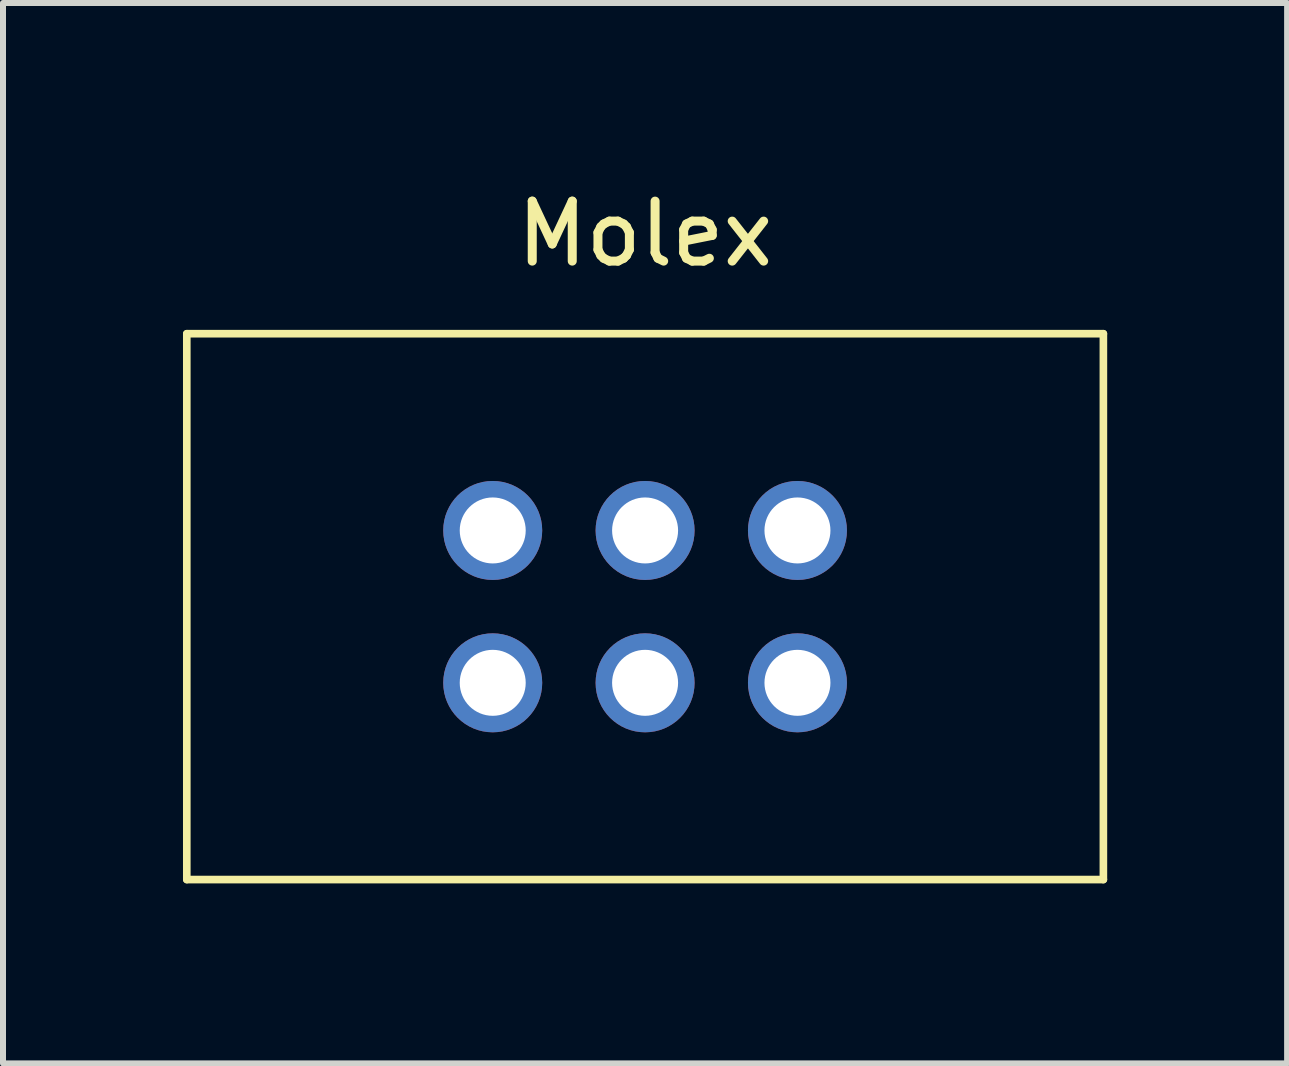
<source format=kicad_pcb>
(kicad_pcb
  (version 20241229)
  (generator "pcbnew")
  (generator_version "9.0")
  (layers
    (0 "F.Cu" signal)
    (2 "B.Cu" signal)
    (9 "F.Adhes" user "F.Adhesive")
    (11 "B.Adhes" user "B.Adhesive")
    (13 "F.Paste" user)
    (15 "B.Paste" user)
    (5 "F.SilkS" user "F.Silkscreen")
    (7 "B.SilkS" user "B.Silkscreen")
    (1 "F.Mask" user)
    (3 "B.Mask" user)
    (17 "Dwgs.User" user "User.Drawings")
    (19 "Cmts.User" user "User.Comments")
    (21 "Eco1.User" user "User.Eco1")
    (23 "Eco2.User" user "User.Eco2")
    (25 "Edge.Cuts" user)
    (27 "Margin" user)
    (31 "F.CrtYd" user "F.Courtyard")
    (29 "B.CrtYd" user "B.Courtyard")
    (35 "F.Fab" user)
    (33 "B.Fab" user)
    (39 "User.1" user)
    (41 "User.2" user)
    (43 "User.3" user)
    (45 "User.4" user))
  (footprint "Molex"
    (layer "F.Cu")
    (at 7.704 7.063)
    (property "Reference" "Molex" (at 0 -6.215 0) (layer "F.SilkS") (effects (font (size 1 1) (thickness 0.15))))
    (attr through_hole)
    (fp_line (start -7.64 -4.55) (end 7.64 -4.55) (stroke (width 0.127) (type solid)) (layer "F.SilkS"))
    (fp_line (start -7.64 4.55) (end -7.64 -4.55) (stroke (width 0.127) (type solid)) (layer "F.SilkS"))
    (fp_line (start 7.64 -4.55) (end 7.64 4.55) (stroke (width 0.127) (type solid)) (layer "F.SilkS"))
    (fp_line (start 7.64 4.55) (end -7.64 4.55) (stroke (width 0.127) (type solid)) (layer "F.SilkS"))
    (pad "1" thru_hole circle (at -2.54 1.27) (size 1.65 1.65) (drill 1.1) (layers "*.Cu" "*.Mask"))
    (pad "2" thru_hole circle (at -2.54 -1.27) (size 1.65 1.65) (drill 1.1) (layers "*.Cu" "*.Mask"))
    (pad "3" thru_hole circle (at 0 1.27) (size 1.65 1.65) (drill 1.1) (layers "*.Cu" "*.Mask"))
    (pad "4" thru_hole circle (at 0 -1.27) (size 1.65 1.65) (drill 1.1) (layers "*.Cu" "*.Mask"))
    (pad "5" thru_hole circle (at 2.54 1.27) (size 1.65 1.65) (drill 1.1) (layers "*.Cu" "*.Mask"))
    (pad "6" thru_hole circle (at 2.54 -1.27) (size 1.65 1.65) (drill 1.1) (layers "*.Cu" "*.Mask")))
  (gr_rect
    (start -3 -3)
    (end 18.407 14.677)
    (stroke (width 0.1) (type default))
    (fill no)
    (layer "Edge.Cuts")))
</source>
